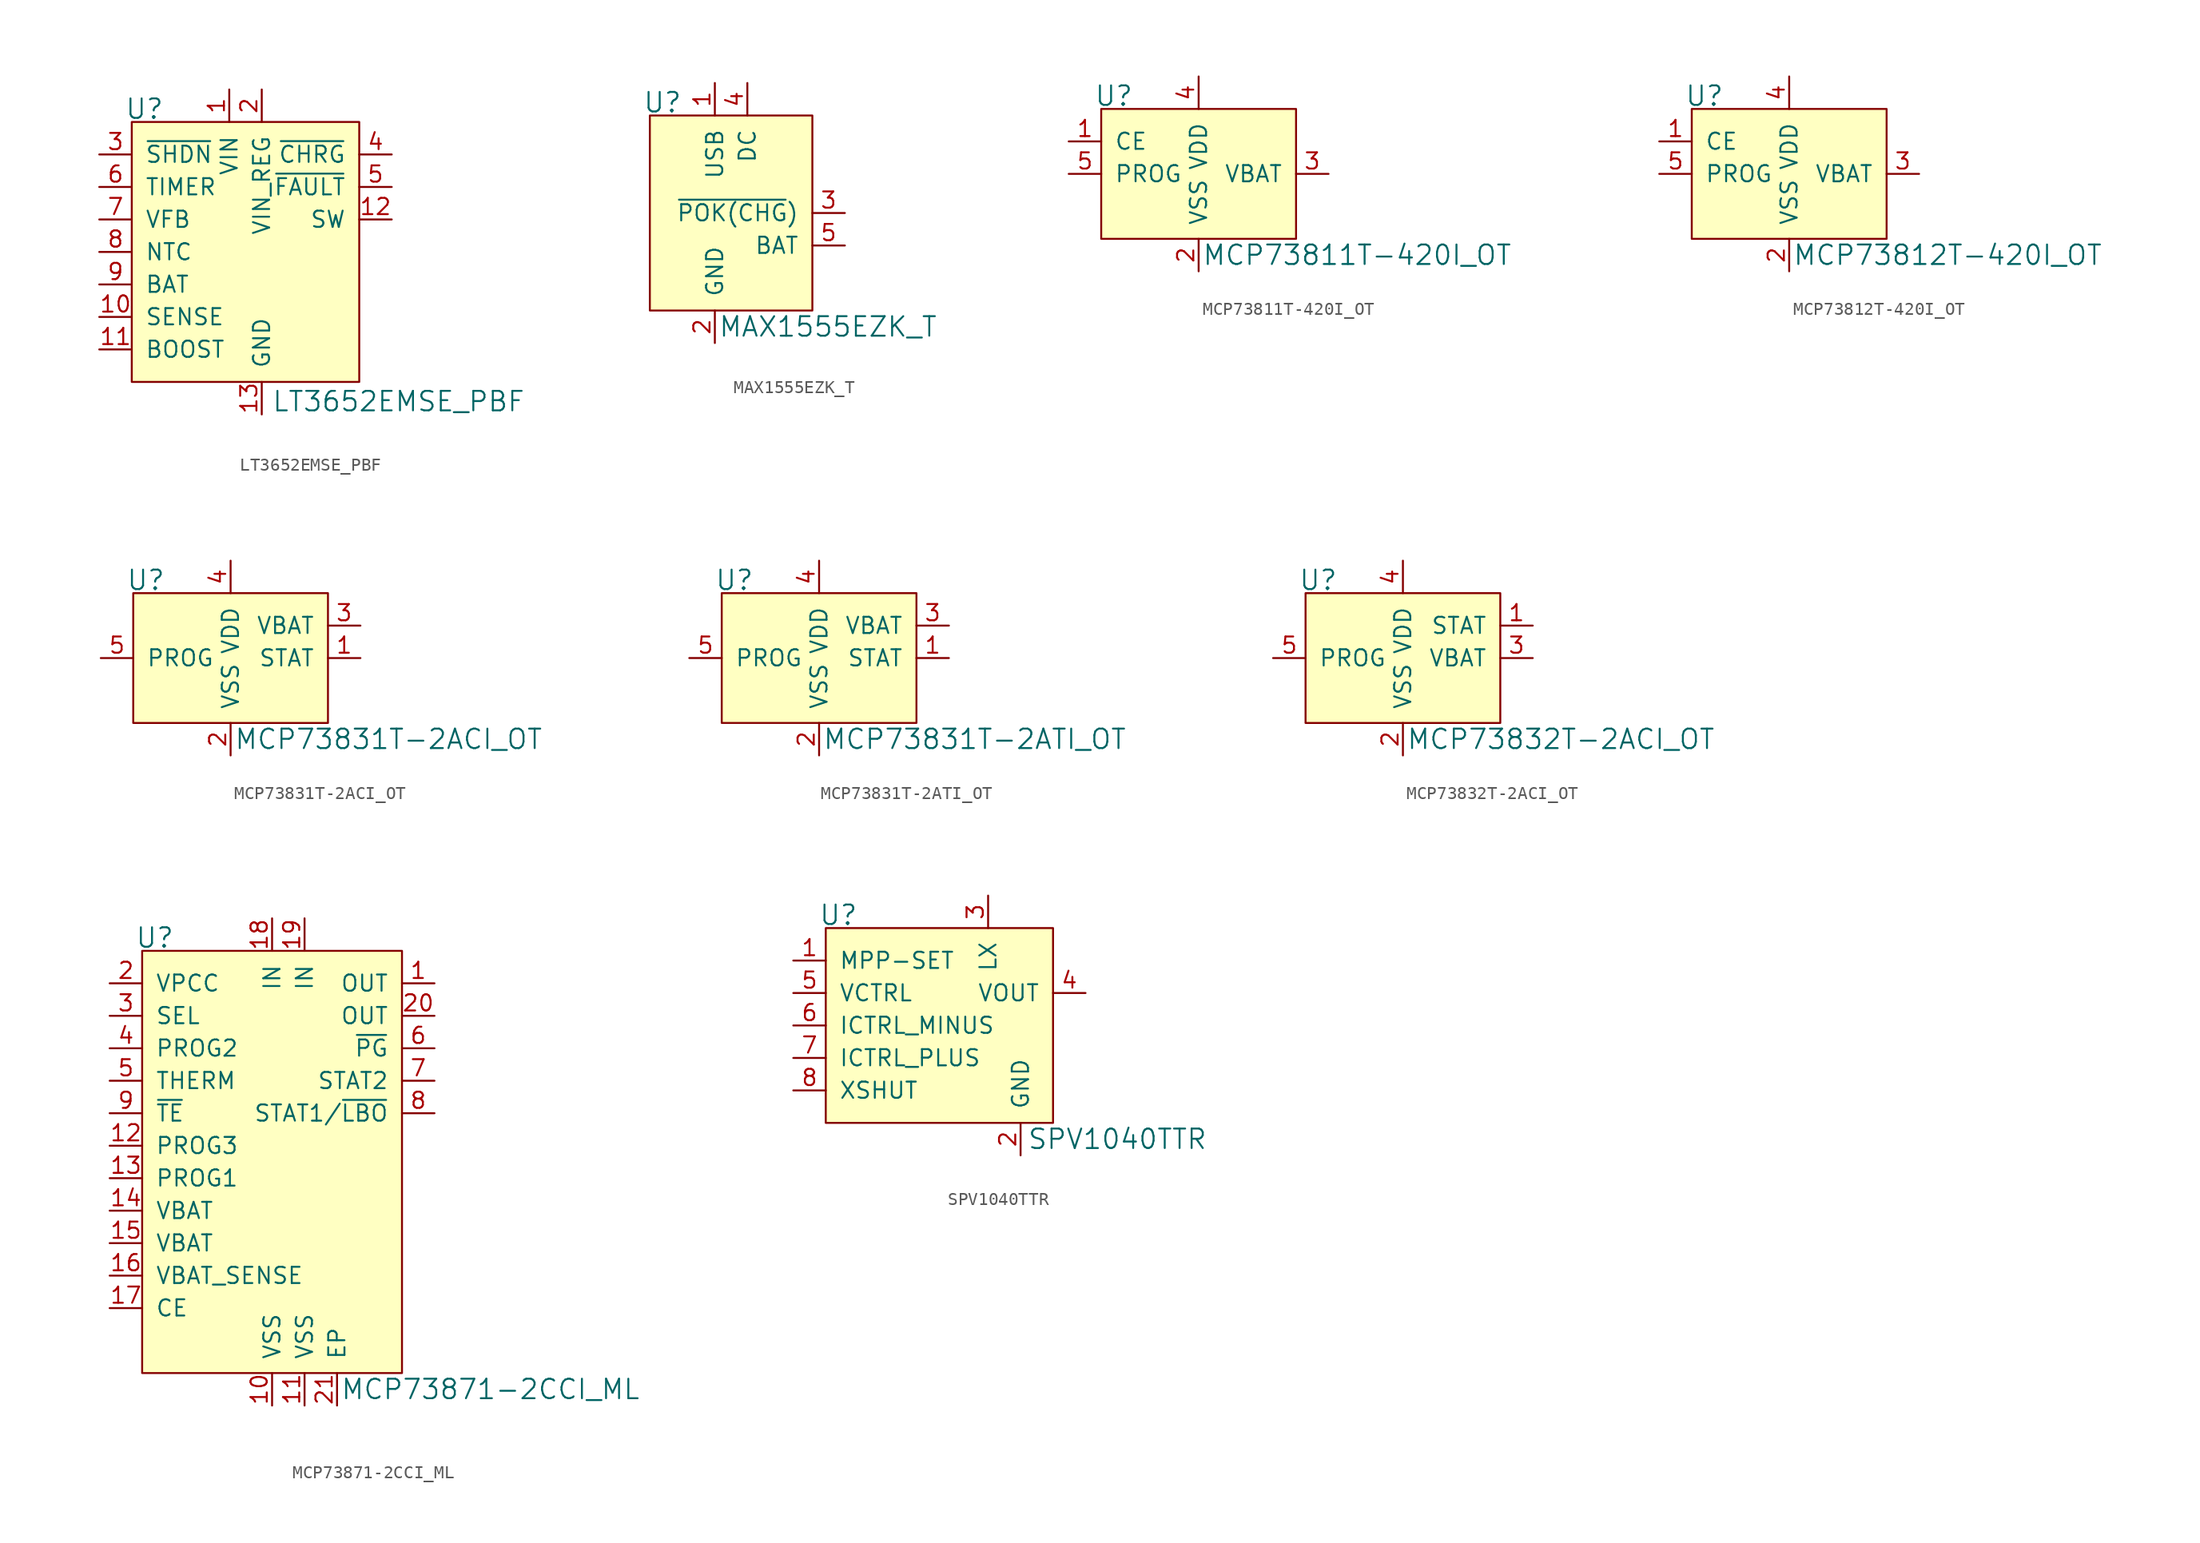
<source format=kicad_sym>
(kicad_symbol_lib
  (version 20211014)
  (generator kicad_symbol_editor)
  (symbol "LT3652EMSE_PBF"
    (pin_names
      (offset 1.016))
    (property "Reference" "U"
      (at -7.62 6.096 0)
      (effects (font (size 1.524 1.524)) (justify right)))
    (property "Value" "LT3652EMSE_PBF"
      (at 0.762 -16.764 0)
      (effects (font (size 1.524 1.524)) (justify left)))
    (symbol "LT3652EMSE_PBF_0_1"
      (rectangle (start -10.16 5.08) (end 7.62 -15.24) (stroke (width 0) (type default) (color 0 0 0 0)) (fill (type background))))
    (symbol "LT3652EMSE_PBF_1_1"
      (pin power_in line (at -2.54 7.62 270) (length 2.54) (name "VIN" (effects (font (size 1.27 1.27)))) (number "1" (effects (font (size 1.27 1.27)))))
      (pin input line (at -12.7 -10.16 0) (length 2.54) (name "SENSE" (effects (font (size 1.27 1.27)))) (number "10" (effects (font (size 1.27 1.27)))))
      (pin input line (at -12.7 -12.7 0) (length 2.54) (name "BOOST" (effects (font (size 1.27 1.27)))) (number "11" (effects (font (size 1.27 1.27)))))
      (pin output line (at 10.16 -2.54 180) (length 2.54) (name "SW" (effects (font (size 1.27 1.27)))) (number "12" (effects (font (size 1.27 1.27)))))
      (pin power_in line (at 0 -17.78 90) (length 2.54) (name "GND" (effects (font (size 1.27 1.27)))) (number "13" (effects (font (size 1.27 1.27)))))
      (pin power_in line (at 0 7.62 270) (length 2.54) (name "VIN_REG" (effects (font (size 1.27 1.27)))) (number "2" (effects (font (size 1.27 1.27)))))
      (pin input line (at -12.7 2.54 0) (length 2.54) (name "~{SHDN}" (effects (font (size 1.27 1.27)))) (number "3" (effects (font (size 1.27 1.27)))))
      (pin output line (at 10.16 2.54 180) (length 2.54) (name "~{CHRG}" (effects (font (size 1.27 1.27)))) (number "4" (effects (font (size 1.27 1.27)))))
      (pin output line (at 10.16 0 180) (length 2.54) (name "~{FAULT}" (effects (font (size 1.27 1.27)))) (number "5" (effects (font (size 1.27 1.27)))))
      (pin input line (at -12.7 0 0) (length 2.54) (name "TIMER" (effects (font (size 1.27 1.27)))) (number "6" (effects (font (size 1.27 1.27)))))
      (pin input line (at -12.7 -2.54 0) (length 2.54) (name "VFB" (effects (font (size 1.27 1.27)))) (number "7" (effects (font (size 1.27 1.27)))))
      (pin input line (at -12.7 -5.08 0) (length 2.54) (name "NTC" (effects (font (size 1.27 1.27)))) (number "8" (effects (font (size 1.27 1.27)))))
      (pin input line (at -12.7 -7.62 0) (length 2.54) (name "BAT" (effects (font (size 1.27 1.27)))) (number "9" (effects (font (size 1.27 1.27)))))))
  (symbol "MAX1555EZK_T"
    (pin_names
      (offset 1.016))
    (property "Reference" "U"
      (at -5.08 8.636 0)
      (effects (font (size 1.524 1.524)) (justify right)))
    (property "Value" "MAX1555EZK_T"
      (at -2.286 -8.89 0)
      (effects (font (size 1.524 1.524)) (justify left)))
    (symbol "MAX1555EZK_T_0_1"
      (rectangle (start 5.08 7.62) (end -7.62 -7.62) (stroke (width 0) (type default) (color 0 0 0 0)) (fill (type background))))
    (symbol "MAX1555EZK_T_1_1"
      (pin power_in line (at -2.54 10.16 270) (length 2.54) (name "USB" (effects (font (size 1.27 1.27)))) (number "1" (effects (font (size 1.27 1.27)))))
      (pin power_in line (at -2.54 -10.16 90) (length 2.54) (name "GND" (effects (font (size 1.27 1.27)))) (number "2" (effects (font (size 1.27 1.27)))))
      (pin output line (at 7.62 0 180) (length 2.54) (name "~{POK(CHG})" (effects (font (size 1.27 1.27)))) (number "3" (effects (font (size 1.27 1.27)))))
      (pin power_in line (at 0 10.16 270) (length 2.54) (name "DC" (effects (font (size 1.27 1.27)))) (number "4" (effects (font (size 1.27 1.27)))))
      (pin power_out line (at 7.62 -2.54 180) (length 2.54) (name "BAT" (effects (font (size 1.27 1.27)))) (number "5" (effects (font (size 1.27 1.27)))))))
  (symbol "MCP73811T-420I_OT"
    (pin_names
      (offset 1.016))
    (property "Reference" "U"
      (at -5.08 6.096 0)
      (effects (font (size 1.524 1.524)) (justify right)))
    (property "Value" "MCP73811T-420I_OT"
      (at 0.254 -6.35 0)
      (effects (font (size 1.524 1.524)) (justify left)))
    (symbol "MCP73811T-420I_OT_0_1"
      (rectangle (start -7.62 5.08) (end 7.62 -5.08) (stroke (width 0) (type default) (color 0 0 0 0)) (fill (type background))))
    (symbol "MCP73811T-420I_OT_1_1"
      (pin input line (at -10.16 2.54 0) (length 2.54) (name "CE" (effects (font (size 1.27 1.27)))) (number "1" (effects (font (size 1.27 1.27)))))
      (pin power_in line (at 0 -7.62 90) (length 2.54) (name "VSS" (effects (font (size 1.27 1.27)))) (number "2" (effects (font (size 1.27 1.27)))))
      (pin power_out line (at 10.16 0 180) (length 2.54) (name "VBAT" (effects (font (size 1.27 1.27)))) (number "3" (effects (font (size 1.27 1.27)))))
      (pin power_in line (at 0 7.62 270) (length 2.54) (name "VDD" (effects (font (size 1.27 1.27)))) (number "4" (effects (font (size 1.27 1.27)))))
      (pin input line (at -10.16 0 0) (length 2.54) (name "PROG" (effects (font (size 1.27 1.27)))) (number "5" (effects (font (size 1.27 1.27)))))))
  (symbol "MCP73812T-420I_OT"
    (pin_names
      (offset 1.016))
    (property "Reference" "U"
      (at -5.08 1.016 0)
      (effects (font (size 1.524 1.524)) (justify right)))
    (property "Value" "MCP73812T-420I_OT"
      (at 0.254 -11.43 0)
      (effects (font (size 1.524 1.524)) (justify left)))
    (symbol "MCP73812T-420I_OT_0_1"
      (rectangle (start -7.62 0) (end 7.62 -10.16) (stroke (width 0) (type default) (color 0 0 0 0)) (fill (type background))))
    (symbol "MCP73812T-420I_OT_1_1"
      (pin input line (at -10.16 -2.54 0) (length 2.54) (name "CE" (effects (font (size 1.27 1.27)))) (number "1" (effects (font (size 1.27 1.27)))))
      (pin power_in line (at 0 -12.7 90) (length 2.54) (name "VSS" (effects (font (size 1.27 1.27)))) (number "2" (effects (font (size 1.27 1.27)))))
      (pin power_out line (at 10.16 -5.08 180) (length 2.54) (name "VBAT" (effects (font (size 1.27 1.27)))) (number "3" (effects (font (size 1.27 1.27)))))
      (pin power_in line (at 0 2.54 270) (length 2.54) (name "VDD" (effects (font (size 1.27 1.27)))) (number "4" (effects (font (size 1.27 1.27)))))
      (pin input line (at -10.16 -5.08 0) (length 2.54) (name "PROG" (effects (font (size 1.27 1.27)))) (number "5" (effects (font (size 1.27 1.27)))))))
  (symbol "MCP73831T-2ACI_OT"
    (pin_names
      (offset 1.016))
    (property "Reference" "U"
      (at -5.08 3.556 0)
      (effects (font (size 1.524 1.524)) (justify right)))
    (property "Value" "MCP73831T-2ACI_OT"
      (at 0.254 -8.89 0)
      (effects (font (size 1.524 1.524)) (justify left)))
    (symbol "MCP73831T-2ACI_OT_0_1"
      (rectangle (start 7.62 2.54) (end -7.62 -7.62) (stroke (width 0) (type default) (color 0 0 0 0)) (fill (type background))))
    (symbol "MCP73831T-2ACI_OT_1_1"
      (pin output line (at 10.16 -2.54 180) (length 2.54) (name "STAT" (effects (font (size 1.27 1.27)))) (number "1" (effects (font (size 1.27 1.27)))))
      (pin power_in line (at 0 -10.16 90) (length 2.54) (name "VSS" (effects (font (size 1.27 1.27)))) (number "2" (effects (font (size 1.27 1.27)))))
      (pin power_out line (at 10.16 0 180) (length 2.54) (name "VBAT" (effects (font (size 1.27 1.27)))) (number "3" (effects (font (size 1.27 1.27)))))
      (pin power_in line (at 0 5.08 270) (length 2.54) (name "VDD" (effects (font (size 1.27 1.27)))) (number "4" (effects (font (size 1.27 1.27)))))
      (pin input line (at -10.16 -2.54 0) (length 2.54) (name "PROG" (effects (font (size 1.27 1.27)))) (number "5" (effects (font (size 1.27 1.27)))))))
  (symbol "MCP73831T-2ATI_OT"
    (pin_names
      (offset 1.016))
    (property "Reference" "U"
      (at -5.08 3.556 0)
      (effects (font (size 1.524 1.524)) (justify right)))
    (property "Value" "MCP73831T-2ATI_OT"
      (at 0.254 -8.89 0)
      (effects (font (size 1.524 1.524)) (justify left)))
    (symbol "MCP73831T-2ATI_OT_0_1"
      (rectangle (start 7.62 2.54) (end -7.62 -7.62) (stroke (width 0) (type default) (color 0 0 0 0)) (fill (type background))))
    (symbol "MCP73831T-2ATI_OT_1_1"
      (pin output line (at 10.16 -2.54 180) (length 2.54) (name "STAT" (effects (font (size 1.27 1.27)))) (number "1" (effects (font (size 1.27 1.27)))))
      (pin power_in line (at 0 -10.16 90) (length 2.54) (name "VSS" (effects (font (size 1.27 1.27)))) (number "2" (effects (font (size 1.27 1.27)))))
      (pin power_out line (at 10.16 0 180) (length 2.54) (name "VBAT" (effects (font (size 1.27 1.27)))) (number "3" (effects (font (size 1.27 1.27)))))
      (pin power_in line (at 0 5.08 270) (length 2.54) (name "VDD" (effects (font (size 1.27 1.27)))) (number "4" (effects (font (size 1.27 1.27)))))
      (pin input line (at -10.16 -2.54 0) (length 2.54) (name "PROG" (effects (font (size 1.27 1.27)))) (number "5" (effects (font (size 1.27 1.27)))))))
  (symbol "MCP73832T-2ACI_OT"
    (pin_names
      (offset 1.016))
    (property "Reference" "U"
      (at -5.08 1.016 0)
      (effects (font (size 1.524 1.524)) (justify right)))
    (property "Value" "MCP73832T-2ACI_OT"
      (at 0.254 -11.43 0)
      (effects (font (size 1.524 1.524)) (justify left)))
    (symbol "MCP73832T-2ACI_OT_0_1"
      (rectangle (start -7.62 0) (end 7.62 -10.16) (stroke (width 0) (type default) (color 0 0 0 0)) (fill (type background))))
    (symbol "MCP73832T-2ACI_OT_1_1"
      (pin output line (at 10.16 -2.54 180) (length 2.54) (name "STAT" (effects (font (size 1.27 1.27)))) (number "1" (effects (font (size 1.27 1.27)))))
      (pin power_in line (at 0 -12.7 90) (length 2.54) (name "VSS" (effects (font (size 1.27 1.27)))) (number "2" (effects (font (size 1.27 1.27)))))
      (pin power_out line (at 10.16 -5.08 180) (length 2.54) (name "VBAT" (effects (font (size 1.27 1.27)))) (number "3" (effects (font (size 1.27 1.27)))))
      (pin power_in line (at 0 2.54 270) (length 2.54) (name "VDD" (effects (font (size 1.27 1.27)))) (number "4" (effects (font (size 1.27 1.27)))))
      (pin input line (at -10.16 -5.08 0) (length 2.54) (name "PROG" (effects (font (size 1.27 1.27)))) (number "5" (effects (font (size 1.27 1.27)))))))
  (symbol "MCP73871-2CCI_ML"
    (pin_names
      (offset 1.016))
    (property "Reference" "U"
      (at -7.62 13.716 0)
      (effects (font (size 1.524 1.524)) (justify right)))
    (property "Value" "MCP73871-2CCI_ML"
      (at 5.334 -21.59 0)
      (effects (font (size 1.524 1.524)) (justify left)))
    (symbol "MCP73871-2CCI_ML_0_1"
      (rectangle (start -10.16 12.7) (end 10.16 -20.32) (stroke (width 0) (type default) (color 0 0 0 0)) (fill (type background))))
    (symbol "MCP73871-2CCI_ML_1_1"
      (pin power_out line (at 12.7 10.16 180) (length 2.54) (name "OUT" (effects (font (size 1.27 1.27)))) (number "1" (effects (font (size 1.27 1.27)))))
      (pin power_in line (at 0 -22.86 90) (length 2.54) (name "VSS" (effects (font (size 1.27 1.27)))) (number "10" (effects (font (size 1.27 1.27)))))
      (pin power_in line (at 2.54 -22.86 90) (length 2.54) (name "VSS" (effects (font (size 1.27 1.27)))) (number "11" (effects (font (size 1.27 1.27)))))
      (pin passive line (at -12.7 -2.54 0) (length 2.54) (name "PROG3" (effects (font (size 1.27 1.27)))) (number "12" (effects (font (size 1.27 1.27)))))
      (pin input line (at -12.7 -5.08 0) (length 2.54) (name "PROG1" (effects (font (size 1.27 1.27)))) (number "13" (effects (font (size 1.27 1.27)))))
      (pin passive line (at -12.7 -7.62 0) (length 2.54) (name "VBAT" (effects (font (size 1.27 1.27)))) (number "14" (effects (font (size 1.27 1.27)))))
      (pin passive line (at -12.7 -10.16 0) (length 2.54) (name "VBAT" (effects (font (size 1.27 1.27)))) (number "15" (effects (font (size 1.27 1.27)))))
      (pin input line (at -12.7 -12.7 0) (length 2.54) (name "VBAT_SENSE" (effects (font (size 1.27 1.27)))) (number "16" (effects (font (size 1.27 1.27)))))
      (pin input line (at -12.7 -15.24 0) (length 2.54) (name "CE" (effects (font (size 1.27 1.27)))) (number "17" (effects (font (size 1.27 1.27)))))
      (pin power_in line (at 0 15.24 270) (length 2.54) (name "IN" (effects (font (size 1.27 1.27)))) (number "18" (effects (font (size 1.27 1.27)))))
      (pin power_in line (at 2.54 15.24 270) (length 2.54) (name "IN" (effects (font (size 1.27 1.27)))) (number "19" (effects (font (size 1.27 1.27)))))
      (pin input line (at -12.7 10.16 0) (length 2.54) (name "VPCC" (effects (font (size 1.27 1.27)))) (number "2" (effects (font (size 1.27 1.27)))))
      (pin power_out line (at 12.7 7.62 180) (length 2.54) (name "OUT" (effects (font (size 1.27 1.27)))) (number "20" (effects (font (size 1.27 1.27)))))
      (pin power_in line (at 5.08 -22.86 90) (length 2.54) (name "EP" (effects (font (size 1.27 1.27)))) (number "21" (effects (font (size 1.27 1.27)))))
      (pin input line (at -12.7 7.62 0) (length 2.54) (name "SEL" (effects (font (size 1.27 1.27)))) (number "3" (effects (font (size 1.27 1.27)))))
      (pin input line (at -12.7 5.08 0) (length 2.54) (name "PROG2" (effects (font (size 1.27 1.27)))) (number "4" (effects (font (size 1.27 1.27)))))
      (pin input line (at -12.7 2.54 0) (length 2.54) (name "THERM" (effects (font (size 1.27 1.27)))) (number "5" (effects (font (size 1.27 1.27)))))
      (pin output line (at 12.7 5.08 180) (length 2.54) (name "~{PG}" (effects (font (size 1.27 1.27)))) (number "6" (effects (font (size 1.27 1.27)))))
      (pin output line (at 12.7 2.54 180) (length 2.54) (name "STAT2" (effects (font (size 1.27 1.27)))) (number "7" (effects (font (size 1.27 1.27)))))
      (pin output line (at 12.7 0 180) (length 2.54) (name "STAT1/~{LBO}" (effects (font (size 1.27 1.27)))) (number "8" (effects (font (size 1.27 1.27)))))
      (pin input line (at -12.7 0 0) (length 2.54) (name "~{TE}" (effects (font (size 1.27 1.27)))) (number "9" (effects (font (size 1.27 1.27)))))))
  (symbol "SPV1040TTR"
    (pin_names
      (offset 1.016))
    (property "Reference" "U"
      (at -7.62 6.096 0)
      (effects (font (size 1.524 1.524)) (justify right)))
    (property "Value" "SPV1040TTR"
      (at 5.588 -11.43 0)
      (effects (font (size 1.524 1.524)) (justify left)))
    (symbol "SPV1040TTR_0_1"
      (rectangle (start -10.16 5.08) (end 7.62 -10.16) (stroke (width 0) (type default) (color 0 0 0 0)) (fill (type background))))
    (symbol "SPV1040TTR_1_1"
      (pin input line (at -12.7 2.54 0) (length 2.54) (name "MPP-SET" (effects (font (size 1.27 1.27)))) (number "1" (effects (font (size 1.27 1.27)))))
      (pin power_in line (at 5.08 -12.7 90) (length 2.54) (name "GND" (effects (font (size 1.27 1.27)))) (number "2" (effects (font (size 1.27 1.27)))))
      (pin power_in line (at 2.54 7.62 270) (length 2.54) (name "LX" (effects (font (size 1.27 1.27)))) (number "3" (effects (font (size 1.27 1.27)))))
      (pin power_out line (at 10.16 0 180) (length 2.54) (name "VOUT" (effects (font (size 1.27 1.27)))) (number "4" (effects (font (size 1.27 1.27)))))
      (pin input line (at -12.7 0 0) (length 2.54) (name "VCTRL" (effects (font (size 1.27 1.27)))) (number "5" (effects (font (size 1.27 1.27)))))
      (pin input line (at -12.7 -2.54 0) (length 2.54) (name "ICTRL_MINUS" (effects (font (size 1.27 1.27)))) (number "6" (effects (font (size 1.27 1.27)))))
      (pin input line (at -12.7 -5.08 0) (length 2.54) (name "ICTRL_PLUS" (effects (font (size 1.27 1.27)))) (number "7" (effects (font (size 1.27 1.27)))))
      (pin input line (at -12.7 -7.62 0) (length 2.54) (name "XSHUT" (effects (font (size 1.27 1.27)))) (number "8" (effects (font (size 1.27 1.27))))))))
</source>
